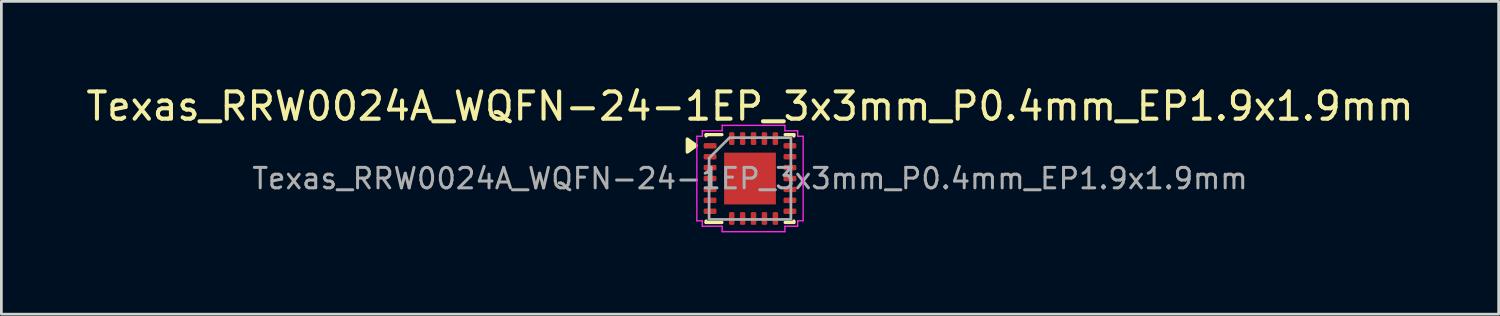
<source format=kicad_pcb>
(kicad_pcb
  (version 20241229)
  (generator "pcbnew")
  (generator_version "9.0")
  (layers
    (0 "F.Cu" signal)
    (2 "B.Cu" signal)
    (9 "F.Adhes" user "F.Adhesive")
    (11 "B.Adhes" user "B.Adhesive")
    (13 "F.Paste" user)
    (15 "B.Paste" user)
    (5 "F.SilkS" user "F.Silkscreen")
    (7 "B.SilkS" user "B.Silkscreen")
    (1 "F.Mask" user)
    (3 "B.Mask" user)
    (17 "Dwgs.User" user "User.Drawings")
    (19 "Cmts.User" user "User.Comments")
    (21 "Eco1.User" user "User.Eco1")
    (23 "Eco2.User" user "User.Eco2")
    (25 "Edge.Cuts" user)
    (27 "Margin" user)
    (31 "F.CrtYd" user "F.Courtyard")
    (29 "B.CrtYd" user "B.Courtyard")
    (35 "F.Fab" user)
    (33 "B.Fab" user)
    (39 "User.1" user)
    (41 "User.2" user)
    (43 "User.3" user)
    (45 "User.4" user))
  (footprint "Texas_RRW0024A_WQFN-24-1EP_3x3mm_P0.4mm_EP1.9x1.9mm"
    (layer "F.Cu")
    (at 24.458 3.498)
    (property "Reference" "Texas_RRW0024A_WQFN-24-1EP_3x3mm_P0.4mm_EP1.9x1.9mm" (at 0 -2.65 0) (layer "F.SilkS") (effects (font (size 1 1) (thickness 0.15))))
    (attr smd)
    (fp_line (start -1.61 -1.61) (end -1.03 -1.61) (stroke (width 0.12) (type solid)) (layer "F.SilkS"))
    (fp_line (start -1.61 -1.56) (end -1.61 -1.61) (stroke (width 0.12) (type solid)) (layer "F.SilkS"))
    (fp_line (start -1.61 1.61) (end -1.61 1.56) (stroke (width 0.12) (type solid)) (layer "F.SilkS"))
    (fp_line (start -1.03 1.61) (end -1.61 1.61) (stroke (width 0.12) (type solid)) (layer "F.SilkS"))
    (fp_line (start 1.29 -1.61) (end 1.61 -1.61) (stroke (width 0.12) (type solid)) (layer "F.SilkS"))
    (fp_line (start 1.61 -1.61) (end 1.61 -1.56) (stroke (width 0.12) (type solid)) (layer "F.SilkS"))
    (fp_line (start 1.61 1.56) (end 1.61 1.61) (stroke (width 0.12) (type solid)) (layer "F.SilkS"))
    (fp_line (start 1.61 1.61) (end 1.29 1.61) (stroke (width 0.12) (type solid)) (layer "F.SilkS"))
    (fp_poly (pts (xy -1.97 -1.21) (xy -2.3 -0.97) (xy -2.3 -1.45)) (stroke (width 0.12) (type solid)) (fill yes) (layer "F.SilkS"))
    (fp_line (start -1.95 -1.55) (end -1.75 -1.55) (stroke (width 0.05) (type solid)) (layer "F.CrtYd"))
    (fp_line (start -1.95 1.55) (end -1.95 -1.55) (stroke (width 0.05) (type solid)) (layer "F.CrtYd"))
    (fp_line (start -1.75 -1.75) (end -1.02 -1.75) (stroke (width 0.05) (type solid)) (layer "F.CrtYd"))
    (fp_line (start -1.75 -1.55) (end -1.75 -1.75) (stroke (width 0.05) (type solid)) (layer "F.CrtYd"))
    (fp_line (start -1.75 1.55) (end -1.95 1.55) (stroke (width 0.05) (type solid)) (layer "F.CrtYd"))
    (fp_line (start -1.75 1.75) (end -1.75 1.55) (stroke (width 0.05) (type solid)) (layer "F.CrtYd"))
    (fp_line (start -1.02 -1.95) (end 1.28 -1.95) (stroke (width 0.05) (type solid)) (layer "F.CrtYd"))
    (fp_line (start -1.02 -1.75) (end -1.02 -1.95) (stroke (width 0.05) (type solid)) (layer "F.CrtYd"))
    (fp_line (start -1.02 1.75) (end -1.75 1.75) (stroke (width 0.05) (type solid)) (layer "F.CrtYd"))
    (fp_line (start -1.02 1.95) (end -1.02 1.75) (stroke (width 0.05) (type solid)) (layer "F.CrtYd"))
    (fp_line (start 1.28 -1.95) (end 1.28 -1.75) (stroke (width 0.05) (type solid)) (layer "F.CrtYd"))
    (fp_line (start 1.28 -1.75) (end 1.75 -1.75) (stroke (width 0.05) (type solid)) (layer "F.CrtYd"))
    (fp_line (start 1.28 1.75) (end 1.28 1.95) (stroke (width 0.05) (type solid)) (layer "F.CrtYd"))
    (fp_line (start 1.28 1.95) (end -1.02 1.95) (stroke (width 0.05) (type solid)) (layer "F.CrtYd"))
    (fp_line (start 1.75 -1.75) (end 1.75 -1.55) (stroke (width 0.05) (type solid)) (layer "F.CrtYd"))
    (fp_line (start 1.75 -1.55) (end 1.95 -1.55) (stroke (width 0.05) (type solid)) (layer "F.CrtYd"))
    (fp_line (start 1.75 1.55) (end 1.75 1.75) (stroke (width 0.05) (type solid)) (layer "F.CrtYd"))
    (fp_line (start 1.75 1.75) (end 1.28 1.75) (stroke (width 0.05) (type solid)) (layer "F.CrtYd"))
    (fp_line (start 1.95 -1.55) (end 1.95 1.55) (stroke (width 0.05) (type solid)) (layer "F.CrtYd"))
    (fp_line (start 1.95 1.55) (end 1.75 1.55) (stroke (width 0.05) (type solid)) (layer "F.CrtYd"))
    (fp_poly (pts (xy -0.75 -1.5) (xy 1.5 -1.5) (xy 1.5 1.5) (xy -1.5 1.5) (xy -1.5 -0.75)) (stroke (width 0.1) (type solid)) (fill no) (layer "F.Fab"))
    (fp_text user "${REFERENCE}" (at 0 0 0) (layer "F.Fab") (effects (font (size 0.75 0.75) (thickness 0.11))))
    (pad "" smd roundrect (at -0.475 -0.475) (size 0.77 0.77) (layers "F.Paste") (roundrect_rratio 0.25))
    (pad "" smd roundrect (at -0.475 0.475) (size 0.77 0.77) (layers "F.Paste") (roundrect_rratio 0.25))
    (pad "" smd roundrect (at 0.475 -0.475) (size 0.77 0.77) (layers "F.Paste") (roundrect_rratio 0.25))
    (pad "" smd roundrect (at 0.475 0.475) (size 0.77 0.77) (layers "F.Paste") (roundrect_rratio 0.25))
    (pad "1" smd roundrect (at -1.465 -1.2) (size 0.47 0.2) (layers "F.Cu" "F.Mask" "F.Paste") (roundrect_rratio 0.25))
    (pad "2" smd roundrect (at -1.465 -0.8) (size 0.47 0.2) (layers "F.Cu" "F.Mask" "F.Paste") (roundrect_rratio 0.25))
    (pad "3" smd roundrect (at -1.465 -0.4) (size 0.47 0.2) (layers "F.Cu" "F.Mask" "F.Paste") (roundrect_rratio 0.25))
    (pad "4" smd roundrect (at -1.465 0) (size 0.47 0.2) (layers "F.Cu" "F.Mask" "F.Paste") (roundrect_rratio 0.25))
    (pad "5" smd roundrect (at -1.465 0.4) (size 0.47 0.2) (layers "F.Cu" "F.Mask" "F.Paste") (roundrect_rratio 0.25))
    (pad "6" smd roundrect (at -1.465 0.8) (size 0.47 0.2) (layers "F.Cu" "F.Mask" "F.Paste") (roundrect_rratio 0.25))
    (pad "7" smd roundrect (at -1.465 1.2) (size 0.47 0.2) (layers "F.Cu" "F.Mask" "F.Paste") (roundrect_rratio 0.25))
    (pad "8" smd roundrect (at -0.67 1.465) (size 0.2 0.47) (layers "F.Cu" "F.Mask" "F.Paste") (roundrect_rratio 0.25))
    (pad "9" smd roundrect (at -0.27 1.465) (size 0.2 0.47) (layers "F.Cu" "F.Mask" "F.Paste") (roundrect_rratio 0.25))
    (pad "10" smd roundrect (at 0.13 1.465) (size 0.2 0.47) (layers "F.Cu" "F.Mask" "F.Paste") (roundrect_rratio 0.25))
    (pad "11" smd roundrect (at 0.53 1.465) (size 0.2 0.47) (layers "F.Cu" "F.Mask" "F.Paste") (roundrect_rratio 0.25))
    (pad "12" smd roundrect (at 0.93 1.465) (size 0.2 0.47) (layers "F.Cu" "F.Mask" "F.Paste") (roundrect_rratio 0.25))
    (pad "13" smd roundrect (at 1.465 1.2) (size 0.47 0.2) (layers "F.Cu" "F.Mask" "F.Paste") (roundrect_rratio 0.25))
    (pad "14" smd roundrect (at 1.465 0.8) (size 0.47 0.2) (layers "F.Cu" "F.Mask" "F.Paste") (roundrect_rratio 0.25))
    (pad "15" smd roundrect (at 1.465 0.4) (size 0.47 0.2) (layers "F.Cu" "F.Mask" "F.Paste") (roundrect_rratio 0.25))
    (pad "16" smd roundrect (at 1.465 0) (size 0.47 0.2) (layers "F.Cu" "F.Mask" "F.Paste") (roundrect_rratio 0.25))
    (pad "17" smd roundrect (at 1.465 -0.4) (size 0.47 0.2) (layers "F.Cu" "F.Mask" "F.Paste") (roundrect_rratio 0.25))
    (pad "18" smd roundrect (at 1.465 -0.8) (size 0.47 0.2) (layers "F.Cu" "F.Mask" "F.Paste") (roundrect_rratio 0.25))
    (pad "19" smd roundrect (at 1.465 -1.2) (size 0.47 0.2) (layers "F.Cu" "F.Mask" "F.Paste") (roundrect_rratio 0.25))
    (pad "20" smd roundrect (at 0.93 -1.465) (size 0.2 0.47) (layers "F.Cu" "F.Mask" "F.Paste") (roundrect_rratio 0.25))
    (pad "21" smd roundrect (at 0.53 -1.465) (size 0.2 0.47) (layers "F.Cu" "F.Mask" "F.Paste") (roundrect_rratio 0.25))
    (pad "22" smd roundrect (at 0.13 -1.465) (size 0.2 0.47) (layers "F.Cu" "F.Mask" "F.Paste") (roundrect_rratio 0.25))
    (pad "23" smd roundrect (at -0.27 -1.465) (size 0.2 0.47) (layers "F.Cu" "F.Mask" "F.Paste") (roundrect_rratio 0.25))
    (pad "24" smd roundrect (at -0.67 -1.465) (size 0.2 0.47) (layers "F.Cu" "F.Mask" "F.Paste") (roundrect_rratio 0.25))
    (pad "25" smd rect (at 0 0) (size 1.9 1.9) (property pad_prop_heatsink) (layers "F.Cu" "F.Mask")))
  (gr_rect
    (start -3 -3)
    (end 51.917 8.473)
    (stroke (width 0.1) (type default))
    (fill no)
    (layer "Edge.Cuts")))
</source>
